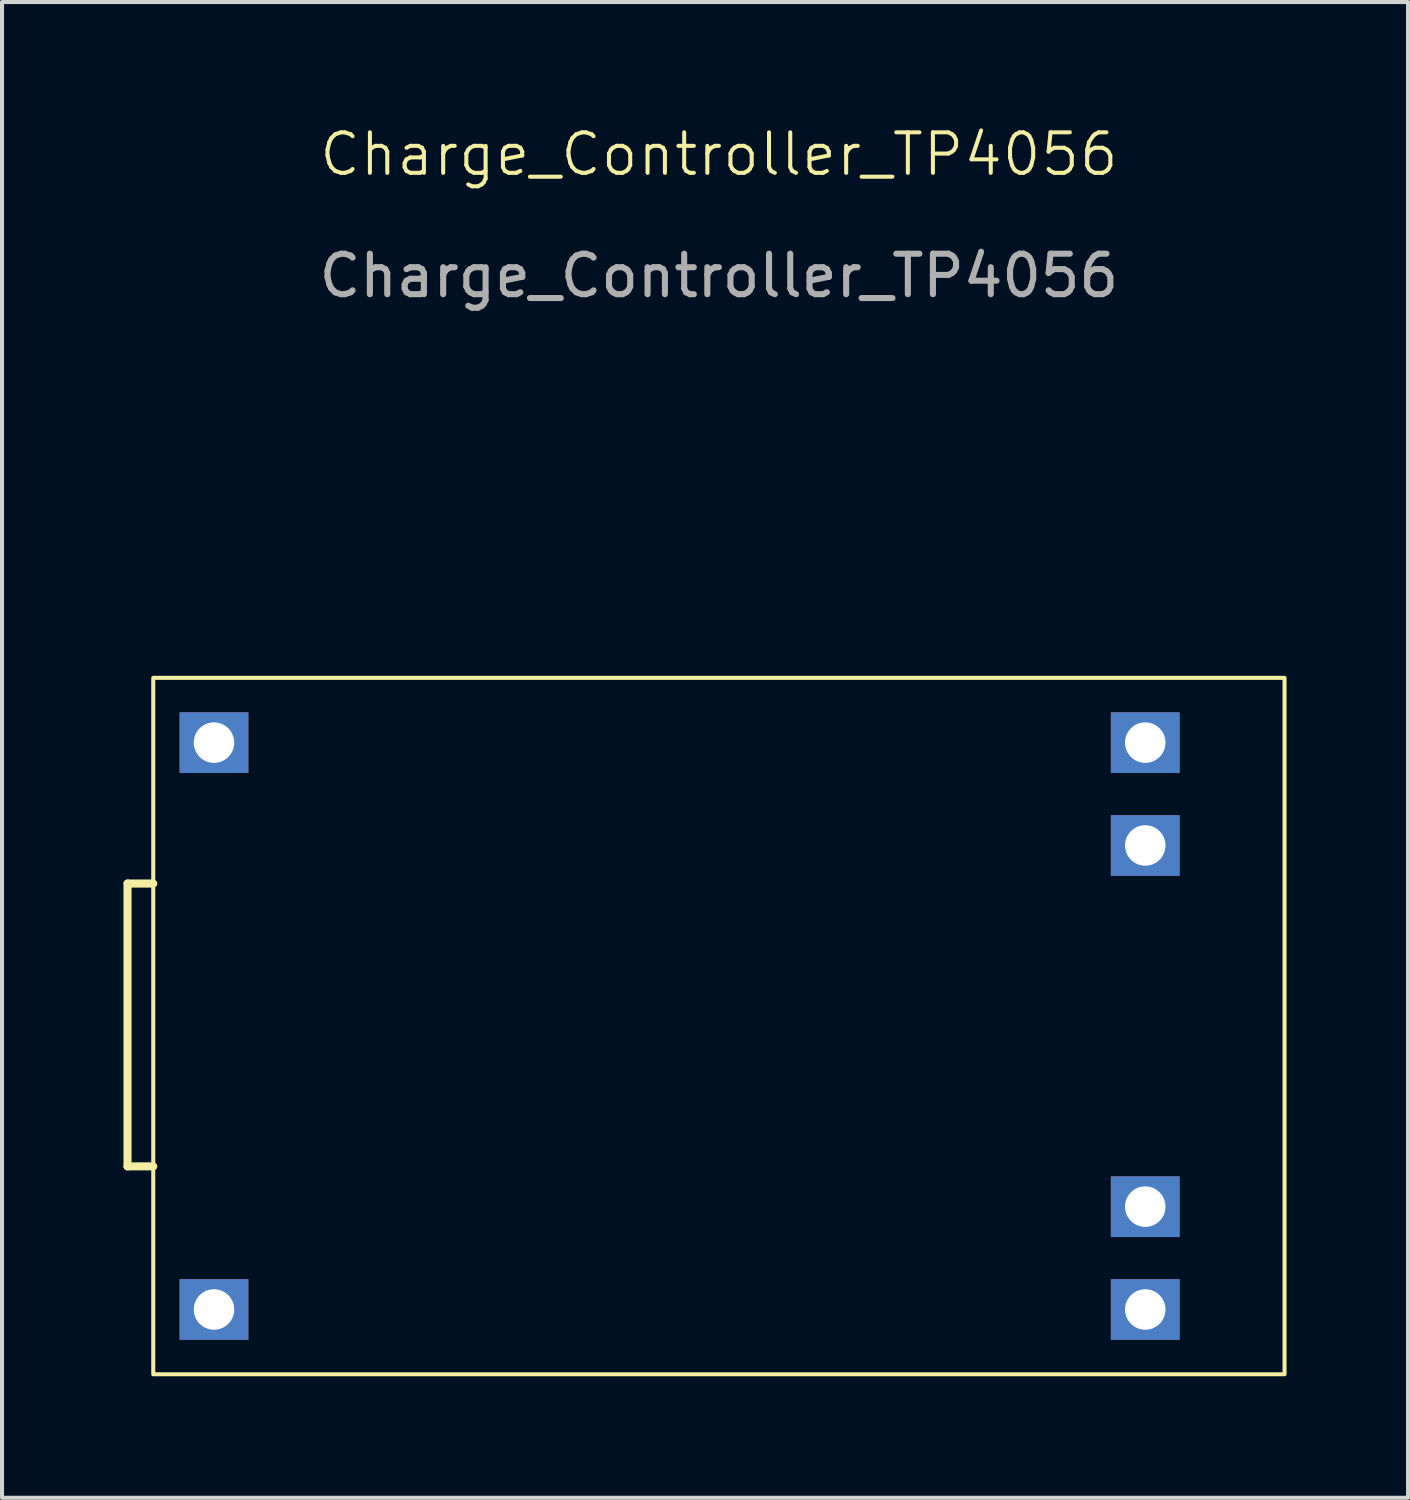
<source format=kicad_pcb>
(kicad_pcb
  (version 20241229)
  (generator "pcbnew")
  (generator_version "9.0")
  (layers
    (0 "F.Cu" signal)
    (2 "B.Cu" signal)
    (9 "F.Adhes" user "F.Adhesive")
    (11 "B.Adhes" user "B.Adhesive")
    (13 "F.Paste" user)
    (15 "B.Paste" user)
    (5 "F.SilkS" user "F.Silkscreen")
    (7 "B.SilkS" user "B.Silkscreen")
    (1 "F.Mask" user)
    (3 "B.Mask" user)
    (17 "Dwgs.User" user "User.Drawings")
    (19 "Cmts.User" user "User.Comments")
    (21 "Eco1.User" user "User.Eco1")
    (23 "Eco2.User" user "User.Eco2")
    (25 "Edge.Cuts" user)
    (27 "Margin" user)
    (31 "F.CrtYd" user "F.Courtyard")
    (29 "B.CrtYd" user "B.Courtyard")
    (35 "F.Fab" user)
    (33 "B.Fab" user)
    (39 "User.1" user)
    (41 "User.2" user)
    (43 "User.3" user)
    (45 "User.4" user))
  (footprint "Charge_Controller_TP4056"
    (layer "F.Cu")
    (at 0.735 13.691)
    (property "Reference" "Charge_Controller_TP4056" (at 13.97 -12.93 0) (unlocked yes) (layer "F.SilkS") (effects (font (size 1 1) (thickness 0.1))))
    (attr through_hole)
    (fp_line (start -0.635 5.08) (end -0.635 12.065) (stroke (width 0.2) (type default)) (layer "F.SilkS"))
    (fp_line (start -0.635 12.065) (end 0 12.065) (stroke (width 0.2) (type default)) (layer "F.SilkS"))
    (fp_line (start 0 5.08) (end -0.635 5.08) (stroke (width 0.2) (type default)) (layer "F.SilkS"))
    (fp_rect (start 0 0) (end 27.94 17.2) (stroke (width 0.1) (type default)) (fill no) (layer "F.SilkS"))
    (fp_text user "${REFERENCE}" (at 13.97 -9.93 0) (unlocked yes) (layer "F.Fab") (effects (font (size 1 1) (thickness 0.15))))
    (pad "1" thru_hole rect (at 1.5 1.6) (size 1.7 1.5) (drill 1) (layers "*.Cu" "*.Mask"))
    (pad "2" thru_hole rect (at 1.5 15.6) (size 1.7 1.5) (drill 1) (layers "*.Cu" "*.Mask"))
    (pad "3" thru_hole rect (at 24.5 1.6) (size 1.7 1.5) (drill 1) (layers "*.Cu" "*.Mask"))
    (pad "4" thru_hole rect (at 24.5 15.6) (size 1.7 1.5) (drill 1) (layers "*.Cu" "*.Mask"))
    (pad "5" thru_hole rect (at 24.5 4.14) (size 1.7 1.5) (drill 1) (layers "*.Cu" "*.Mask"))
    (pad "6" thru_hole rect (at 24.5 13.06) (size 1.7 1.5) (drill 1) (layers "*.Cu" "*.Mask")))
  (gr_rect
    (start -3 -3)
    (end 31.725 33.941)
    (stroke (width 0.1) (type default))
    (fill no)
    (layer "Edge.Cuts")))
</source>
